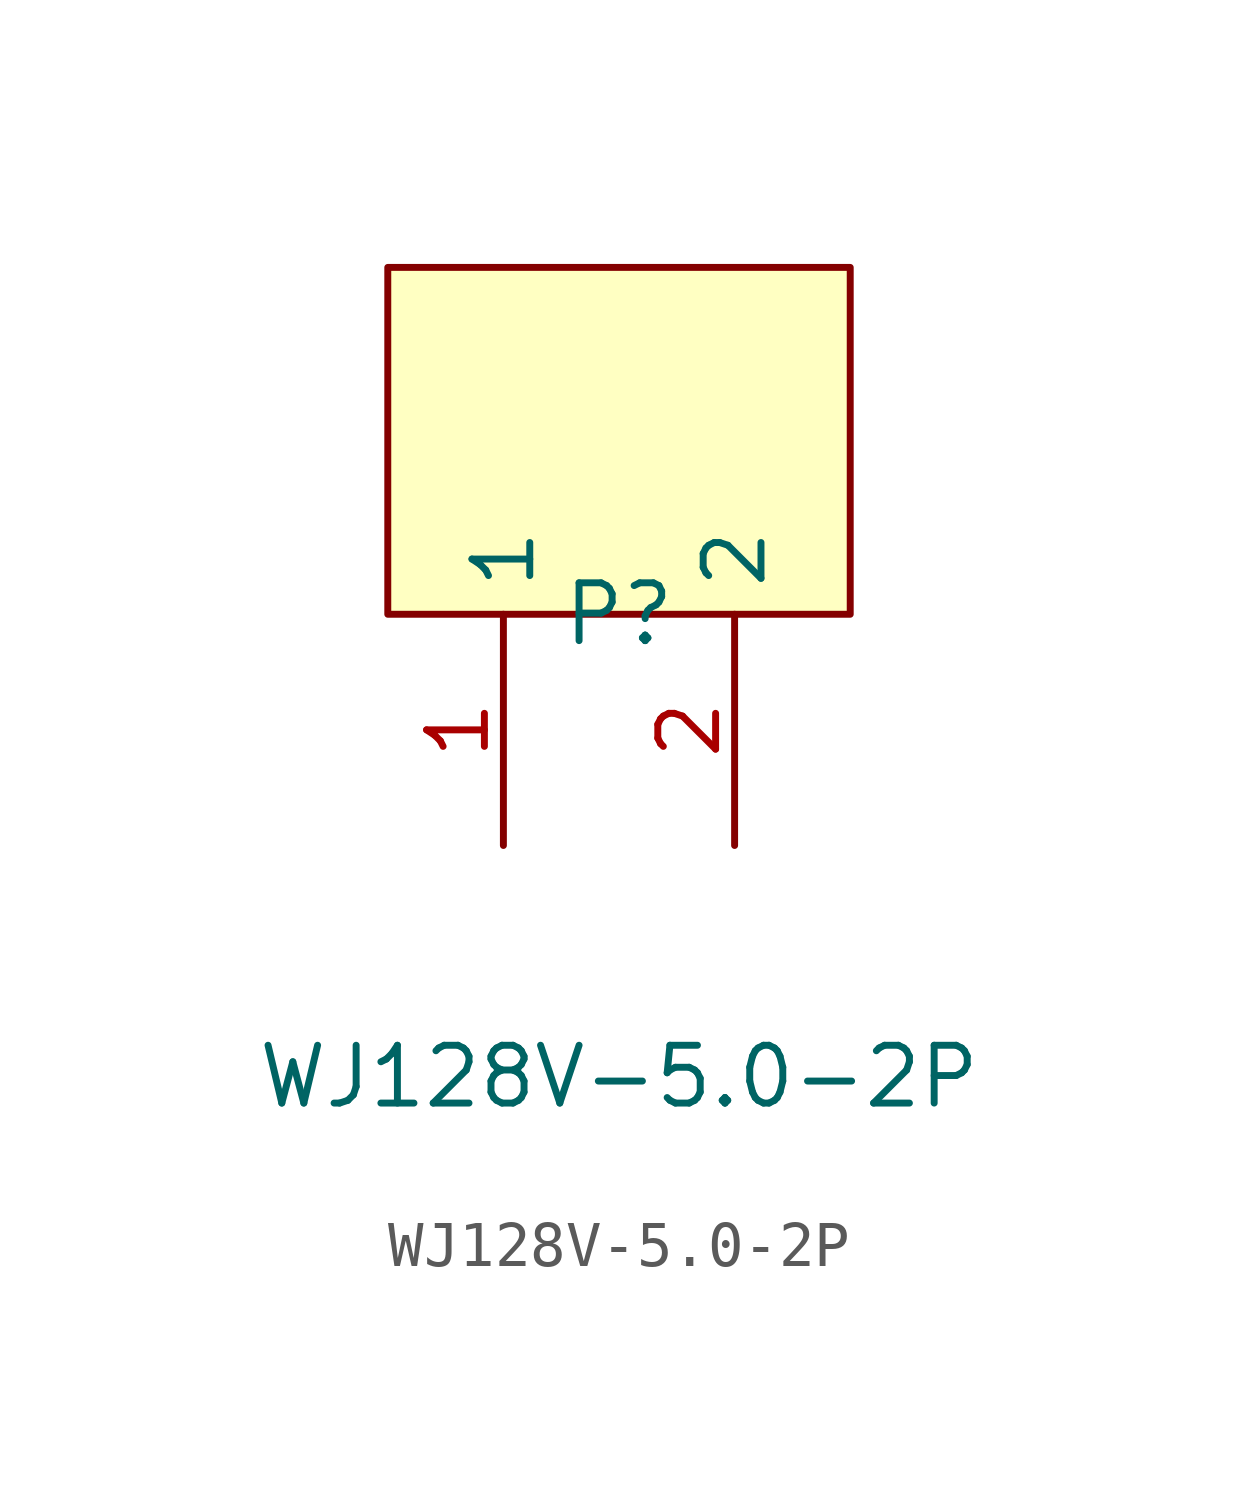
<source format=kicad_sym>
(kicad_symbol_lib
  (version 20211014)
  (generator https://github.com/uPesy/easyeda2kicad.py)
  (symbol "WJ128V-5.0-2P"
    (property "Reference" "P"
      (at 0 -1.27 0)
      (effects (font (size 1.27 1.27))))
    (property "Value" "WJ128V-5.0-2P"
      (at 0 -11.43 0)
      (effects (font (size 1.27 1.27))))
    (symbol "WJ128V-5.0-2P_0_1"
      (rectangle (start -5.08 6.35) (end 5.08 -1.27) (stroke (width 0) (type default) (color 0 0 0 0)) (fill (type background)))
      (pin unspecified line (at -2.54 -6.35 90) (length 5.08) (name "1" (effects (font (size 1.27 1.27)))) (number "1" (effects (font (size 1.27 1.27)))))
      (pin unspecified line (at 2.54 -6.35 90) (length 5.08) (name "2" (effects (font (size 1.27 1.27)))) (number "2" (effects (font (size 1.27 1.27))))))))
</source>
